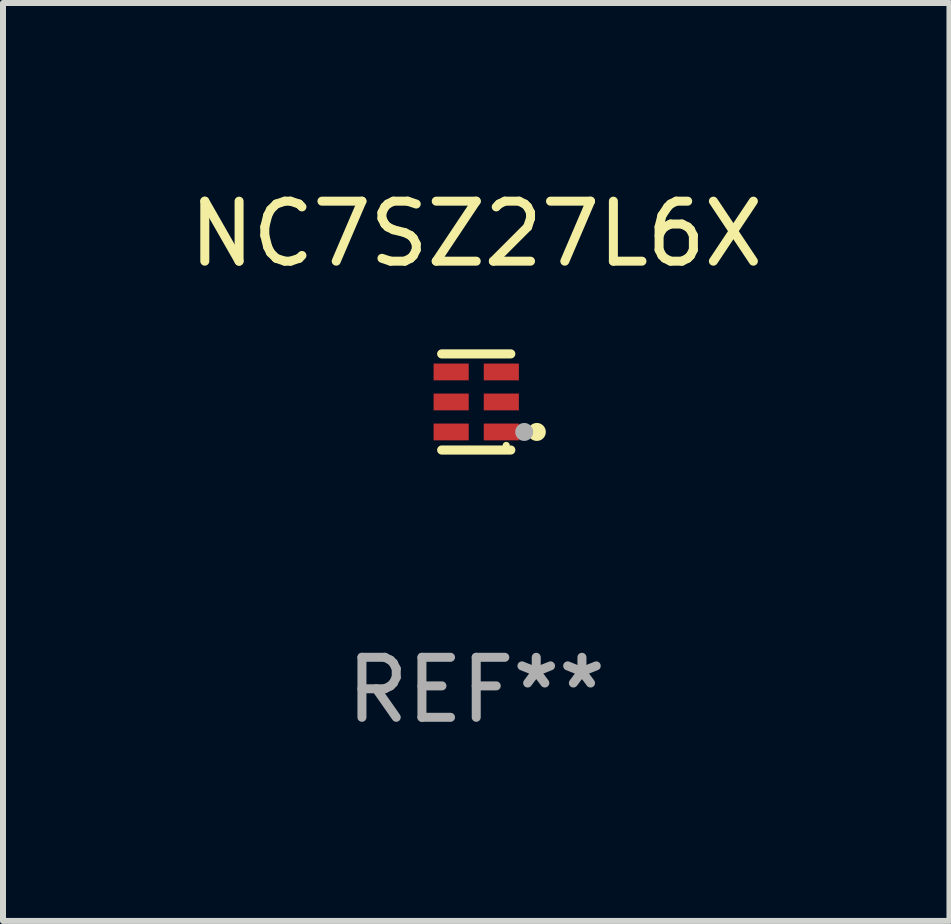
<source format=kicad_pcb>
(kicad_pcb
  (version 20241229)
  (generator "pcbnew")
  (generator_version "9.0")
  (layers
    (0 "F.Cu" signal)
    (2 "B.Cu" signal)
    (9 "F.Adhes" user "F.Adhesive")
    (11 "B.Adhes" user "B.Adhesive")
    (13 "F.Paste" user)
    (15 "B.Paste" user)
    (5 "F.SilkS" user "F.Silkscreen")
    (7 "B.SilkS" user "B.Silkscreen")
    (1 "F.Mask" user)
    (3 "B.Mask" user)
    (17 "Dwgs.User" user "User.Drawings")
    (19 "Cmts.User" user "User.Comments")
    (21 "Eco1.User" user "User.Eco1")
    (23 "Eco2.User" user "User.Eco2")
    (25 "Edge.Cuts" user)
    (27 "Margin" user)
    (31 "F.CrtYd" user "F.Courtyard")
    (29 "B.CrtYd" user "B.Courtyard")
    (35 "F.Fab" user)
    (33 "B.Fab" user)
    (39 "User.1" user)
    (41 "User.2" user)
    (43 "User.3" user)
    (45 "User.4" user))
  (footprint "NC7SZ27L6X"
    (layer "F.Cu")
    (at 4.887 3.649)
    (property "Reference" "NC7SZ27L6X" (at 0 -2.801 0) (layer "F.SilkS") (effects (font (size 1 1) (thickness 0.15))))
    (attr through_hole)
    (fp_line (start 0.576 -0.801) (end -0.576 -0.801) (stroke (width 0.152) (type solid)) (layer "F.SilkS"))
    (fp_line (start 0.576 0.801) (end -0.576 0.801) (stroke (width 0.152) (type solid)) (layer "F.SilkS"))
    (fp_circle (center 0.5 0.725) (end 0.53 0.725) (stroke (width 0.06) (type solid)) (fill no) (layer "F.SilkS"))
    (fp_circle (center 1.01 0.5) (end 1.085 0.5) (stroke (width 0.15) (type solid)) (fill no) (layer "F.SilkS"))
    (fp_circle (center 0.8 0.5) (end 0.875 0.5) (stroke (width 0.15) (type solid)) (fill no) (layer "F.Fab"))
    (fp_text user "REF**" (at 0 4.801 0) (layer "F.Fab") (effects (font (size 1 1) (thickness 0.15))))
    (pad "1" smd rect (at 0.418 0.5 90) (size 0.28 0.585) (layers "F.Cu" "F.Mask" "F.Paste"))
    (pad "2" smd rect (at 0.418 0 90) (size 0.28 0.585) (layers "F.Cu" "F.Mask" "F.Paste"))
    (pad "3" smd rect (at 0.418 -0.5 90) (size 0.28 0.585) (layers "F.Cu" "F.Mask" "F.Paste"))
    (pad "4" smd rect (at -0.418 -0.5 90) (size 0.28 0.585) (layers "F.Cu" "F.Mask" "F.Paste"))
    (pad "5" smd rect (at -0.418 0 90) (size 0.28 0.585) (layers "F.Cu" "F.Mask" "F.Paste"))
    (pad "6" smd rect (at -0.418 0.5 90) (size 0.28 0.585) (layers "F.Cu" "F.Mask" "F.Paste")))
  (gr_rect
    (start -3 -3)
    (end 12.774 12.299)
    (stroke (width 0.1) (type default))
    (fill no)
    (layer "Edge.Cuts")))
</source>
